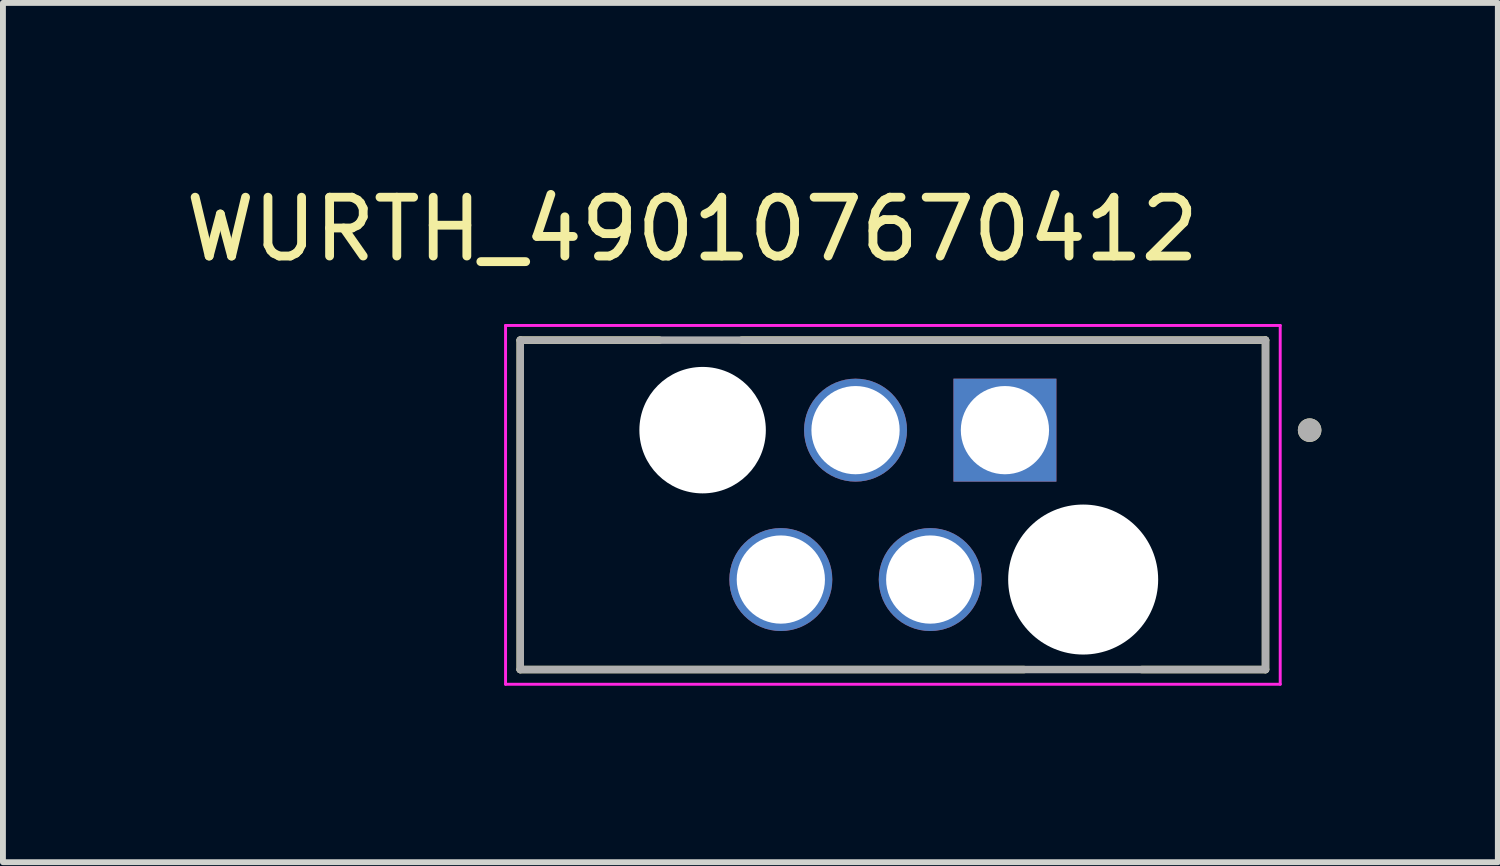
<source format=kicad_pcb>
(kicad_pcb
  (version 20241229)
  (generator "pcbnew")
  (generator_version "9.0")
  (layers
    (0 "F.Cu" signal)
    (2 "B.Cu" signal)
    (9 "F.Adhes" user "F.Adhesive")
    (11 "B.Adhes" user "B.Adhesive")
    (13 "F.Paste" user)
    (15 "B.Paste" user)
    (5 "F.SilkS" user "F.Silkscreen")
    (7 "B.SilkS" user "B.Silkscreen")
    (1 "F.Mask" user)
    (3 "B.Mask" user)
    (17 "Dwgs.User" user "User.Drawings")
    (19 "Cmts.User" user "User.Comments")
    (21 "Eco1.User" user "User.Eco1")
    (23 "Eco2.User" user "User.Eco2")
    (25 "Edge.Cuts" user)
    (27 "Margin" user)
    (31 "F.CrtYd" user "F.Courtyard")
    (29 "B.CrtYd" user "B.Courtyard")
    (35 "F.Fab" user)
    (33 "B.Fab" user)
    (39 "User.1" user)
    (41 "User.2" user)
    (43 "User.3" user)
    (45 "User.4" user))
  (footprint "WURTH_490107670412"
    (layer "F.Cu")
    (at 12.13 5.533)
    (property "Reference" "WURTH_490107670412" (at -3.41 -4.685 0) (layer "F.SilkS") (effects (font (size 1 1) (thickness 0.15))))
    (attr through_hole)
    (fp_line (start -6.335 -2.8) (end -3.97 -2.8) (stroke (width 0.127) (type solid)) (layer "F.SilkS"))
    (fp_line (start -6.335 2.8) (end -6.335 -2.8) (stroke (width 0.127) (type solid)) (layer "F.SilkS"))
    (fp_line (start -2.57 -2.8) (end 6.335 -2.8) (stroke (width 0.127) (type solid)) (layer "F.SilkS"))
    (fp_line (start 2.23 2.8) (end -6.335 2.8) (stroke (width 0.127) (type solid)) (layer "F.SilkS"))
    (fp_line (start 6.335 -2.8) (end 6.335 2.8) (stroke (width 0.127) (type solid)) (layer "F.SilkS"))
    (fp_line (start 6.335 2.8) (end 4.23 2.8) (stroke (width 0.127) (type solid)) (layer "F.SilkS"))
    (fp_circle (center 7.085 -1.27) (end 7.185 -1.27) (stroke (width 0.2) (type solid)) (fill no) (layer "F.SilkS"))
    (fp_line (start -6.585 -3.05) (end -6.585 3.05) (stroke (width 0.05) (type solid)) (layer "F.CrtYd"))
    (fp_line (start -6.585 3.05) (end 6.585 3.05) (stroke (width 0.05) (type solid)) (layer "F.CrtYd"))
    (fp_line (start 6.585 -3.05) (end -6.585 -3.05) (stroke (width 0.05) (type solid)) (layer "F.CrtYd"))
    (fp_line (start 6.585 3.05) (end 6.585 -3.05) (stroke (width 0.05) (type solid)) (layer "F.CrtYd"))
    (fp_line (start -6.335 -2.8) (end 6.335 -2.8) (stroke (width 0.127) (type solid)) (layer "F.Fab"))
    (fp_line (start -6.335 2.8) (end -6.335 -2.8) (stroke (width 0.127) (type solid)) (layer "F.Fab"))
    (fp_line (start 6.335 -2.8) (end 6.335 2.8) (stroke (width 0.127) (type solid)) (layer "F.Fab"))
    (fp_line (start 6.335 2.8) (end -6.335 2.8) (stroke (width 0.127) (type solid)) (layer "F.Fab"))
    (fp_circle (center 7.085 -1.27) (end 7.185 -1.27) (stroke (width 0.2) (type solid)) (fill no) (layer "F.Fab"))
    (pad "" np_thru_hole circle (at -3.235 -1.27) (size 2.15 2.15) (drill 2.15) (layers "*.Cu" "*.Mask"))
    (pad "" np_thru_hole circle (at 3.235 1.27) (size 2.55 2.55) (drill 2.55) (layers "*.Cu" "*.Mask"))
    (pad "1" thru_hole rect (at 1.905 -1.27) (size 1.75 1.75) (drill 1.5) (layers "*.Cu" "*.Mask"))
    (pad "2" thru_hole circle (at 0.635 1.27) (size 1.75 1.75) (drill 1.5) (layers "*.Cu" "*.Mask"))
    (pad "3" thru_hole circle (at -0.635 -1.27) (size 1.75 1.75) (drill 1.5) (layers "*.Cu" "*.Mask"))
    (pad "4" thru_hole circle (at -1.905 1.27) (size 1.75 1.75) (drill 1.5) (layers "*.Cu" "*.Mask")))
  (gr_rect
    (start -3 -3)
    (end 22.415 11.608)
    (stroke (width 0.1) (type default))
    (fill no)
    (layer "Edge.Cuts")))
</source>
